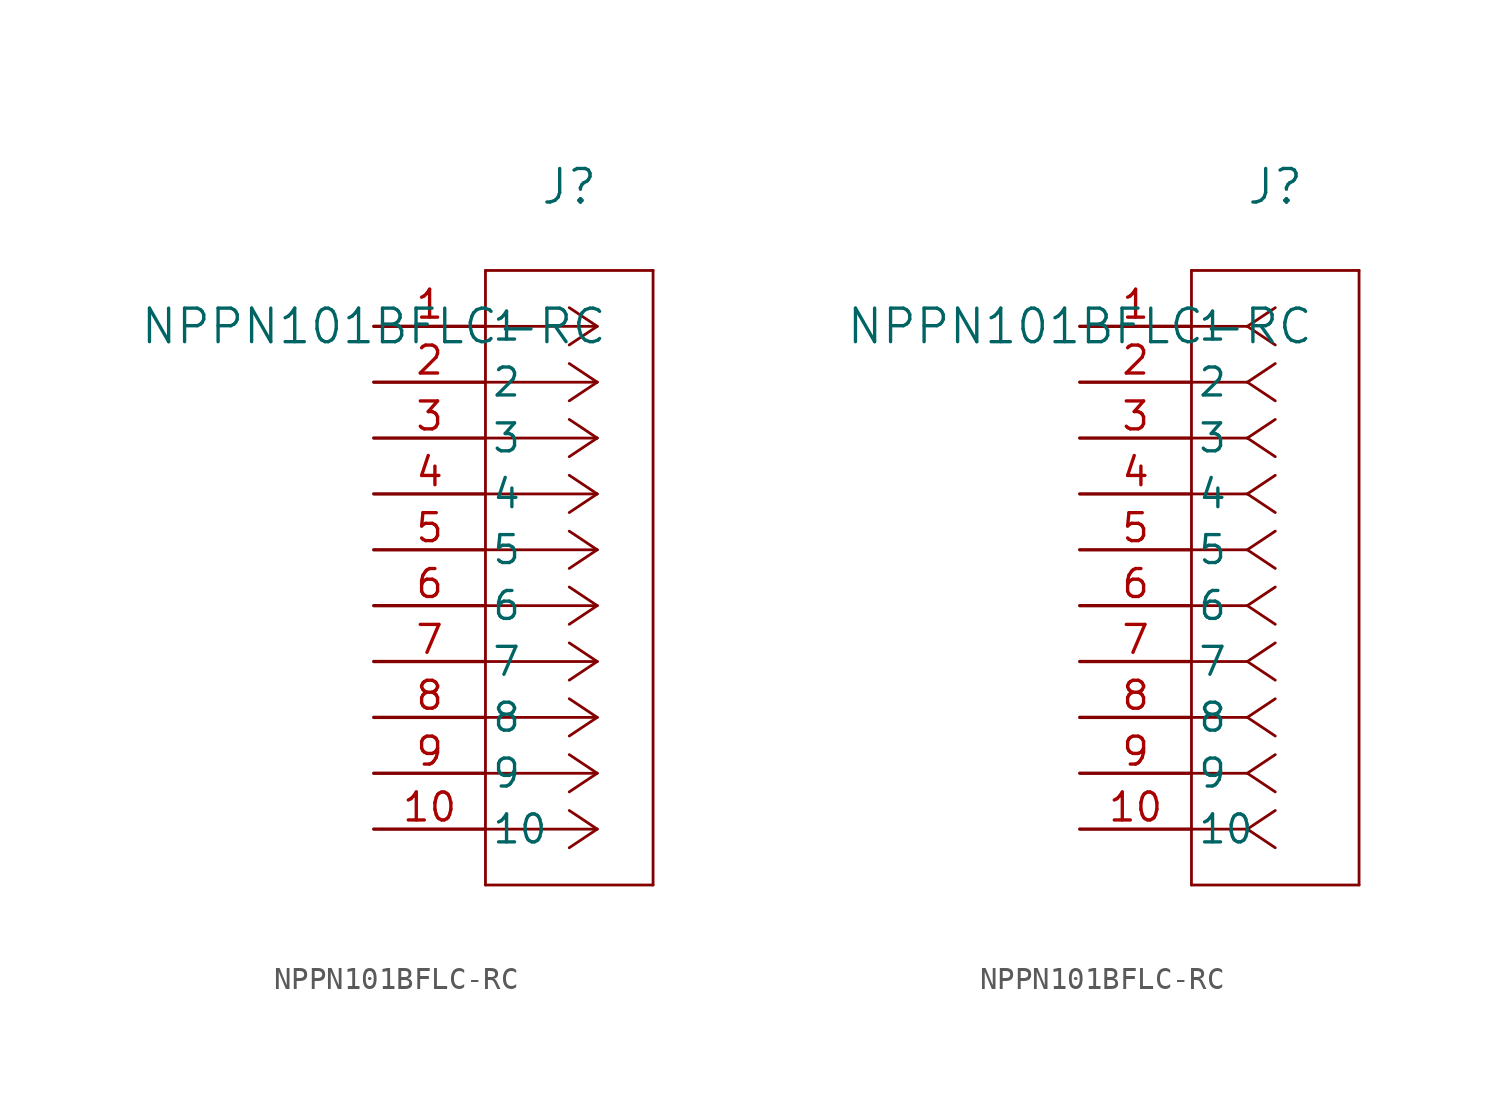
<source format=kicad_sym>
(kicad_symbol_lib
  (version 20211014)
  (generator kicad_symbol_editor)
  (symbol "NPPN101BFLC-RC"
    (pin_names
      (offset 0.254))
    (property "Reference" "J"
      (at 8.89 6.35 0)
      (effects (font (size 1.524 1.524))))
    (property "Value" "NPPN101BFLC-RC"
      (at 0 0 0)
      (effects (font (size 1.524 1.524))))
    (symbol "NPPN101BFLC-RC_1_1"
      (polyline (pts (xy 10.16 0) (xy 5.08 0)) (stroke (width 0.127) (type default) (color 0 0 0 0)) (fill (type none)))
      (polyline (pts (xy 10.16 -2.54) (xy 5.08 -2.54)) (stroke (width 0.127) (type default) (color 0 0 0 0)) (fill (type none)))
      (polyline (pts (xy 10.16 -5.08) (xy 5.08 -5.08)) (stroke (width 0.127) (type default) (color 0 0 0 0)) (fill (type none)))
      (polyline (pts (xy 10.16 -7.62) (xy 5.08 -7.62)) (stroke (width 0.127) (type default) (color 0 0 0 0)) (fill (type none)))
      (polyline (pts (xy 10.16 -10.16) (xy 5.08 -10.16)) (stroke (width 0.127) (type default) (color 0 0 0 0)) (fill (type none)))
      (polyline (pts (xy 10.16 -12.7) (xy 5.08 -12.7)) (stroke (width 0.127) (type default) (color 0 0 0 0)) (fill (type none)))
      (polyline (pts (xy 10.16 -15.24) (xy 5.08 -15.24)) (stroke (width 0.127) (type default) (color 0 0 0 0)) (fill (type none)))
      (polyline (pts (xy 10.16 -17.78) (xy 5.08 -17.78)) (stroke (width 0.127) (type default) (color 0 0 0 0)) (fill (type none)))
      (polyline (pts (xy 10.16 -20.32) (xy 5.08 -20.32)) (stroke (width 0.127) (type default) (color 0 0 0 0)) (fill (type none)))
      (polyline (pts (xy 10.16 -22.86) (xy 5.08 -22.86)) (stroke (width 0.127) (type default) (color 0 0 0 0)) (fill (type none)))
      (polyline (pts (xy 10.16 0) (xy 8.89 0.847)) (stroke (width 0.127) (type default) (color 0 0 0 0)) (fill (type none)))
      (polyline (pts (xy 10.16 -2.54) (xy 8.89 -1.693)) (stroke (width 0.127) (type default) (color 0 0 0 0)) (fill (type none)))
      (polyline (pts (xy 10.16 -5.08) (xy 8.89 -4.233)) (stroke (width 0.127) (type default) (color 0 0 0 0)) (fill (type none)))
      (polyline (pts (xy 10.16 -7.62) (xy 8.89 -6.773)) (stroke (width 0.127) (type default) (color 0 0 0 0)) (fill (type none)))
      (polyline (pts (xy 10.16 -10.16) (xy 8.89 -9.313)) (stroke (width 0.127) (type default) (color 0 0 0 0)) (fill (type none)))
      (polyline (pts (xy 10.16 -12.7) (xy 8.89 -11.853)) (stroke (width 0.127) (type default) (color 0 0 0 0)) (fill (type none)))
      (polyline (pts (xy 10.16 -15.24) (xy 8.89 -14.393)) (stroke (width 0.127) (type default) (color 0 0 0 0)) (fill (type none)))
      (polyline (pts (xy 10.16 -17.78) (xy 8.89 -16.933)) (stroke (width 0.127) (type default) (color 0 0 0 0)) (fill (type none)))
      (polyline (pts (xy 10.16 -20.32) (xy 8.89 -19.473)) (stroke (width 0.127) (type default) (color 0 0 0 0)) (fill (type none)))
      (polyline (pts (xy 10.16 -22.86) (xy 8.89 -22.013)) (stroke (width 0.127) (type default) (color 0 0 0 0)) (fill (type none)))
      (polyline (pts (xy 10.16 0) (xy 8.89 -0.847)) (stroke (width 0.127) (type default) (color 0 0 0 0)) (fill (type none)))
      (polyline (pts (xy 10.16 -2.54) (xy 8.89 -3.387)) (stroke (width 0.127) (type default) (color 0 0 0 0)) (fill (type none)))
      (polyline (pts (xy 10.16 -5.08) (xy 8.89 -5.927)) (stroke (width 0.127) (type default) (color 0 0 0 0)) (fill (type none)))
      (polyline (pts (xy 10.16 -7.62) (xy 8.89 -8.467)) (stroke (width 0.127) (type default) (color 0 0 0 0)) (fill (type none)))
      (polyline (pts (xy 10.16 -10.16) (xy 8.89 -11.007)) (stroke (width 0.127) (type default) (color 0 0 0 0)) (fill (type none)))
      (polyline (pts (xy 10.16 -12.7) (xy 8.89 -13.547)) (stroke (width 0.127) (type default) (color 0 0 0 0)) (fill (type none)))
      (polyline (pts (xy 10.16 -15.24) (xy 8.89 -16.087)) (stroke (width 0.127) (type default) (color 0 0 0 0)) (fill (type none)))
      (polyline (pts (xy 10.16 -17.78) (xy 8.89 -18.627)) (stroke (width 0.127) (type default) (color 0 0 0 0)) (fill (type none)))
      (polyline (pts (xy 10.16 -20.32) (xy 8.89 -21.167)) (stroke (width 0.127) (type default) (color 0 0 0 0)) (fill (type none)))
      (polyline (pts (xy 10.16 -22.86) (xy 8.89 -23.707)) (stroke (width 0.127) (type default) (color 0 0 0 0)) (fill (type none)))
      (polyline (pts (xy 5.08 2.54) (xy 5.08 -25.4)) (stroke (width 0.127) (type default) (color 0 0 0 0)) (fill (type none)))
      (polyline (pts (xy 5.08 -25.4) (xy 12.7 -25.4)) (stroke (width 0.127) (type default) (color 0 0 0 0)) (fill (type none)))
      (polyline (pts (xy 12.7 -25.4) (xy 12.7 2.54)) (stroke (width 0.127) (type default) (color 0 0 0 0)) (fill (type none)))
      (polyline (pts (xy 12.7 2.54) (xy 5.08 2.54)) (stroke (width 0.127) (type default) (color 0 0 0 0)) (fill (type none)))
      (pin unspecified line (at 0 0 0) (length 5.08) (name "1" (effects (font (size 1.27 1.27)))) (number "1" (effects (font (size 1.27 1.27)))))
      (pin unspecified line (at 0 -2.54 0) (length 5.08) (name "2" (effects (font (size 1.27 1.27)))) (number "2" (effects (font (size 1.27 1.27)))))
      (pin unspecified line (at 0 -5.08 0) (length 5.08) (name "3" (effects (font (size 1.27 1.27)))) (number "3" (effects (font (size 1.27 1.27)))))
      (pin unspecified line (at 0 -7.62 0) (length 5.08) (name "4" (effects (font (size 1.27 1.27)))) (number "4" (effects (font (size 1.27 1.27)))))
      (pin unspecified line (at 0 -10.16 0) (length 5.08) (name "5" (effects (font (size 1.27 1.27)))) (number "5" (effects (font (size 1.27 1.27)))))
      (pin unspecified line (at 0 -12.7 0) (length 5.08) (name "6" (effects (font (size 1.27 1.27)))) (number "6" (effects (font (size 1.27 1.27)))))
      (pin unspecified line (at 0 -15.24 0) (length 5.08) (name "7" (effects (font (size 1.27 1.27)))) (number "7" (effects (font (size 1.27 1.27)))))
      (pin unspecified line (at 0 -17.78 0) (length 5.08) (name "8" (effects (font (size 1.27 1.27)))) (number "8" (effects (font (size 1.27 1.27)))))
      (pin unspecified line (at 0 -20.32 0) (length 5.08) (name "9" (effects (font (size 1.27 1.27)))) (number "9" (effects (font (size 1.27 1.27)))))
      (pin unspecified line (at 0 -22.86 0) (length 5.08) (name "10" (effects (font (size 1.27 1.27)))) (number "10" (effects (font (size 1.27 1.27))))))
    (symbol "NPPN101BFLC-RC_1_2"
      (polyline (pts (xy 7.62 0) (xy 5.08 0)) (stroke (width 0.127) (type default) (color 0 0 0 0)) (fill (type none)))
      (polyline (pts (xy 7.62 -2.54) (xy 5.08 -2.54)) (stroke (width 0.127) (type default) (color 0 0 0 0)) (fill (type none)))
      (polyline (pts (xy 7.62 -5.08) (xy 5.08 -5.08)) (stroke (width 0.127) (type default) (color 0 0 0 0)) (fill (type none)))
      (polyline (pts (xy 7.62 -7.62) (xy 5.08 -7.62)) (stroke (width 0.127) (type default) (color 0 0 0 0)) (fill (type none)))
      (polyline (pts (xy 7.62 -10.16) (xy 5.08 -10.16)) (stroke (width 0.127) (type default) (color 0 0 0 0)) (fill (type none)))
      (polyline (pts (xy 7.62 -12.7) (xy 5.08 -12.7)) (stroke (width 0.127) (type default) (color 0 0 0 0)) (fill (type none)))
      (polyline (pts (xy 7.62 -15.24) (xy 5.08 -15.24)) (stroke (width 0.127) (type default) (color 0 0 0 0)) (fill (type none)))
      (polyline (pts (xy 7.62 -17.78) (xy 5.08 -17.78)) (stroke (width 0.127) (type default) (color 0 0 0 0)) (fill (type none)))
      (polyline (pts (xy 7.62 -20.32) (xy 5.08 -20.32)) (stroke (width 0.127) (type default) (color 0 0 0 0)) (fill (type none)))
      (polyline (pts (xy 7.62 -22.86) (xy 5.08 -22.86)) (stroke (width 0.127) (type default) (color 0 0 0 0)) (fill (type none)))
      (polyline (pts (xy 7.62 0) (xy 8.89 0.847)) (stroke (width 0.127) (type default) (color 0 0 0 0)) (fill (type none)))
      (polyline (pts (xy 7.62 -2.54) (xy 8.89 -1.693)) (stroke (width 0.127) (type default) (color 0 0 0 0)) (fill (type none)))
      (polyline (pts (xy 7.62 -5.08) (xy 8.89 -4.233)) (stroke (width 0.127) (type default) (color 0 0 0 0)) (fill (type none)))
      (polyline (pts (xy 7.62 -7.62) (xy 8.89 -6.773)) (stroke (width 0.127) (type default) (color 0 0 0 0)) (fill (type none)))
      (polyline (pts (xy 7.62 -10.16) (xy 8.89 -9.313)) (stroke (width 0.127) (type default) (color 0 0 0 0)) (fill (type none)))
      (polyline (pts (xy 7.62 -12.7) (xy 8.89 -11.853)) (stroke (width 0.127) (type default) (color 0 0 0 0)) (fill (type none)))
      (polyline (pts (xy 7.62 -15.24) (xy 8.89 -14.393)) (stroke (width 0.127) (type default) (color 0 0 0 0)) (fill (type none)))
      (polyline (pts (xy 7.62 -17.78) (xy 8.89 -16.933)) (stroke (width 0.127) (type default) (color 0 0 0 0)) (fill (type none)))
      (polyline (pts (xy 7.62 -20.32) (xy 8.89 -19.473)) (stroke (width 0.127) (type default) (color 0 0 0 0)) (fill (type none)))
      (polyline (pts (xy 7.62 -22.86) (xy 8.89 -22.013)) (stroke (width 0.127) (type default) (color 0 0 0 0)) (fill (type none)))
      (polyline (pts (xy 7.62 0) (xy 8.89 -0.847)) (stroke (width 0.127) (type default) (color 0 0 0 0)) (fill (type none)))
      (polyline (pts (xy 7.62 -2.54) (xy 8.89 -3.387)) (stroke (width 0.127) (type default) (color 0 0 0 0)) (fill (type none)))
      (polyline (pts (xy 7.62 -5.08) (xy 8.89 -5.927)) (stroke (width 0.127) (type default) (color 0 0 0 0)) (fill (type none)))
      (polyline (pts (xy 7.62 -7.62) (xy 8.89 -8.467)) (stroke (width 0.127) (type default) (color 0 0 0 0)) (fill (type none)))
      (polyline (pts (xy 7.62 -10.16) (xy 8.89 -11.007)) (stroke (width 0.127) (type default) (color 0 0 0 0)) (fill (type none)))
      (polyline (pts (xy 7.62 -12.7) (xy 8.89 -13.547)) (stroke (width 0.127) (type default) (color 0 0 0 0)) (fill (type none)))
      (polyline (pts (xy 7.62 -15.24) (xy 8.89 -16.087)) (stroke (width 0.127) (type default) (color 0 0 0 0)) (fill (type none)))
      (polyline (pts (xy 7.62 -17.78) (xy 8.89 -18.627)) (stroke (width 0.127) (type default) (color 0 0 0 0)) (fill (type none)))
      (polyline (pts (xy 7.62 -20.32) (xy 8.89 -21.167)) (stroke (width 0.127) (type default) (color 0 0 0 0)) (fill (type none)))
      (polyline (pts (xy 7.62 -22.86) (xy 8.89 -23.707)) (stroke (width 0.127) (type default) (color 0 0 0 0)) (fill (type none)))
      (polyline (pts (xy 5.08 2.54) (xy 5.08 -25.4)) (stroke (width 0.127) (type default) (color 0 0 0 0)) (fill (type none)))
      (polyline (pts (xy 5.08 -25.4) (xy 12.7 -25.4)) (stroke (width 0.127) (type default) (color 0 0 0 0)) (fill (type none)))
      (polyline (pts (xy 12.7 -25.4) (xy 12.7 2.54)) (stroke (width 0.127) (type default) (color 0 0 0 0)) (fill (type none)))
      (polyline (pts (xy 12.7 2.54) (xy 5.08 2.54)) (stroke (width 0.127) (type default) (color 0 0 0 0)) (fill (type none)))
      (pin unspecified line (at 0 0 0) (length 5.08) (name "1" (effects (font (size 1.27 1.27)))) (number "1" (effects (font (size 1.27 1.27)))))
      (pin unspecified line (at 0 -2.54 0) (length 5.08) (name "2" (effects (font (size 1.27 1.27)))) (number "2" (effects (font (size 1.27 1.27)))))
      (pin unspecified line (at 0 -5.08 0) (length 5.08) (name "3" (effects (font (size 1.27 1.27)))) (number "3" (effects (font (size 1.27 1.27)))))
      (pin unspecified line (at 0 -7.62 0) (length 5.08) (name "4" (effects (font (size 1.27 1.27)))) (number "4" (effects (font (size 1.27 1.27)))))
      (pin unspecified line (at 0 -10.16 0) (length 5.08) (name "5" (effects (font (size 1.27 1.27)))) (number "5" (effects (font (size 1.27 1.27)))))
      (pin unspecified line (at 0 -12.7 0) (length 5.08) (name "6" (effects (font (size 1.27 1.27)))) (number "6" (effects (font (size 1.27 1.27)))))
      (pin unspecified line (at 0 -15.24 0) (length 5.08) (name "7" (effects (font (size 1.27 1.27)))) (number "7" (effects (font (size 1.27 1.27)))))
      (pin unspecified line (at 0 -17.78 0) (length 5.08) (name "8" (effects (font (size 1.27 1.27)))) (number "8" (effects (font (size 1.27 1.27)))))
      (pin unspecified line (at 0 -20.32 0) (length 5.08) (name "9" (effects (font (size 1.27 1.27)))) (number "9" (effects (font (size 1.27 1.27)))))
      (pin unspecified line (at 0 -22.86 0) (length 5.08) (name "10" (effects (font (size 1.27 1.27)))) (number "10" (effects (font (size 1.27 1.27))))))))
</source>
